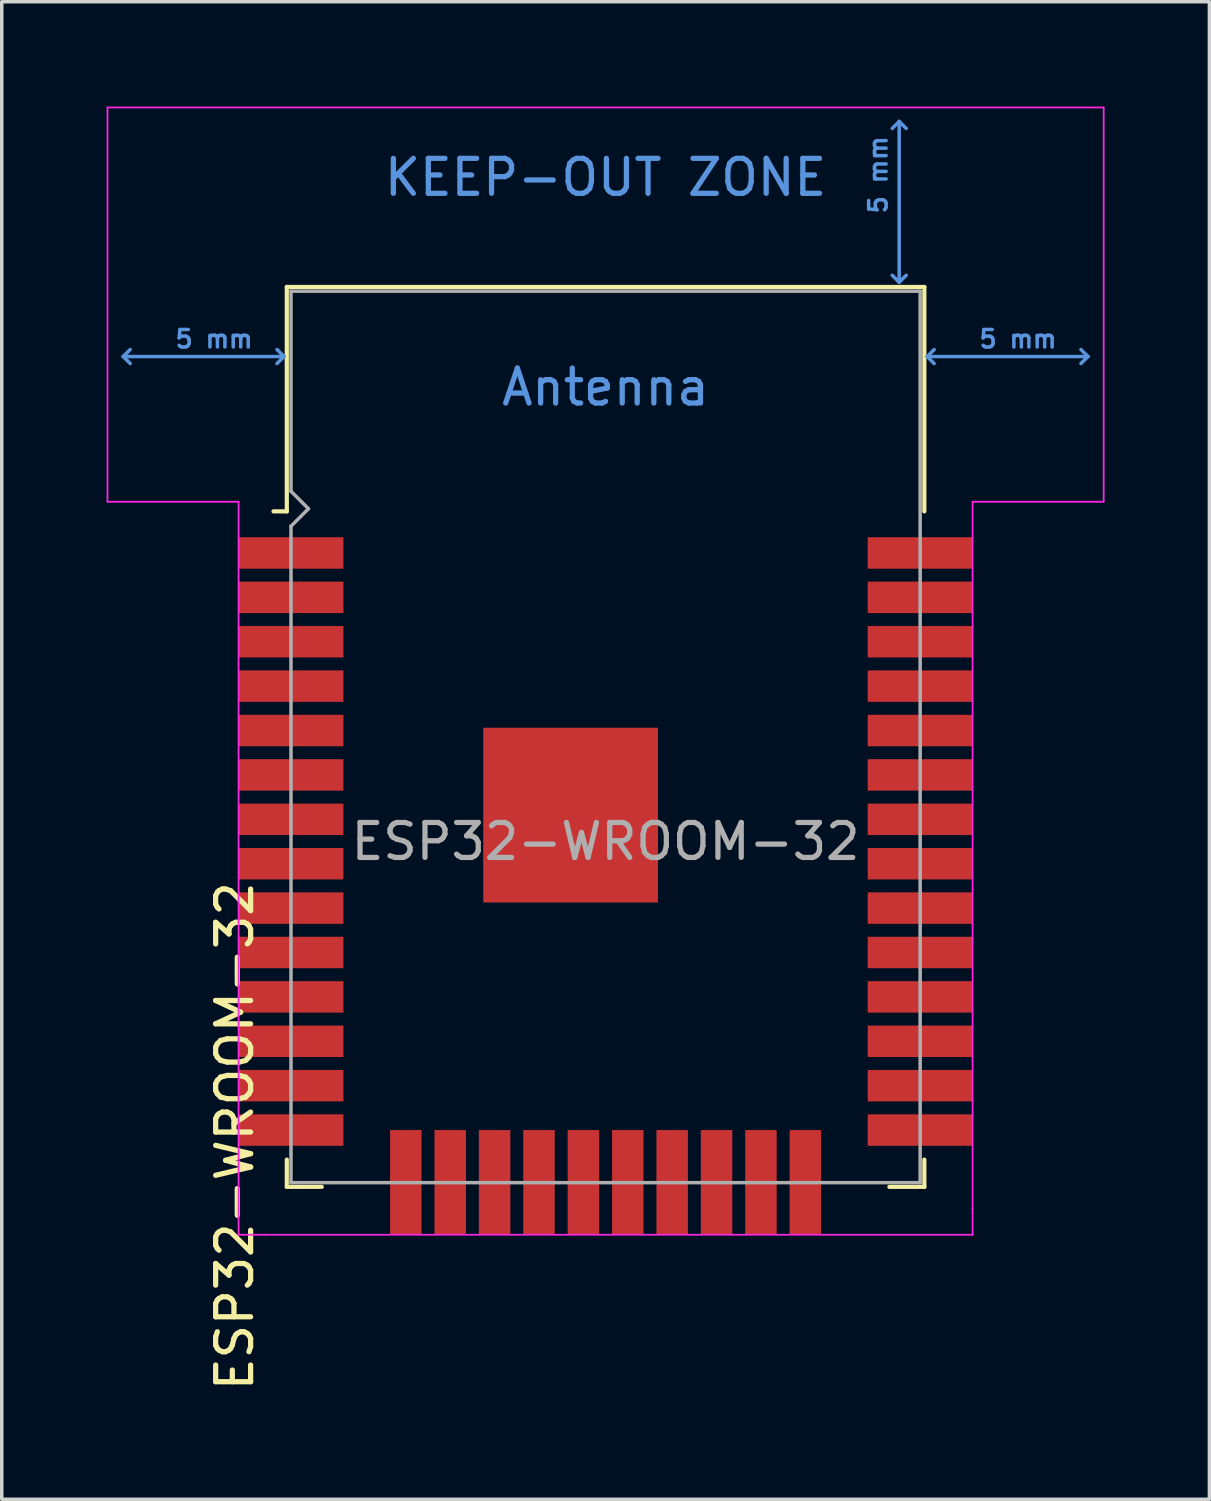
<source format=kicad_pcb>
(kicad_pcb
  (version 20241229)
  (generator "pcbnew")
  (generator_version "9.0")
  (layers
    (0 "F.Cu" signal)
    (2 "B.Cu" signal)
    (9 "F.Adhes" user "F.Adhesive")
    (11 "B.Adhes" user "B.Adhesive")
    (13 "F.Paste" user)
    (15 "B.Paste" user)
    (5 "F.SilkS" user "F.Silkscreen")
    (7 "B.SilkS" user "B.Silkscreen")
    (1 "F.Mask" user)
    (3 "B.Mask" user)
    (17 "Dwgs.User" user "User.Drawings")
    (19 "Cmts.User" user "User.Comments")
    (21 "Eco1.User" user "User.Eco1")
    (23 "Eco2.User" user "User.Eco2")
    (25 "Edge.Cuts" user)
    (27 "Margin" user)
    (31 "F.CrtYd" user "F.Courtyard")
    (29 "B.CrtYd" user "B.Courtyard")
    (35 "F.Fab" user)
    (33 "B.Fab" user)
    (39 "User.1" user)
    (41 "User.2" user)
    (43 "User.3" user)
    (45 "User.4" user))
  (footprint "ESP32-WROOM-32"
    (layer "F.Cu")
    (at 14.275 21.025)
    (property "Reference" "ESP32-WROOM-32" (at -10.61 8.43 90) (layer "F.SilkS") (effects (font (size 1 1) (thickness 0.15))))
    (attr smd)
    (fp_line (start -9.12 -15.865) (end -9.12 -9.445) (stroke (width 0.12) (type solid)) (layer "F.SilkS"))
    (fp_line (start -9.12 -15.865) (end 9.12 -15.865) (stroke (width 0.12) (type solid)) (layer "F.SilkS"))
    (fp_line (start -9.12 -9.445) (end -9.5 -9.445) (stroke (width 0.12) (type solid)) (layer "F.SilkS"))
    (fp_line (start -9.12 9.1) (end -9.12 9.88) (stroke (width 0.12) (type solid)) (layer "F.SilkS"))
    (fp_line (start -9.12 9.88) (end -8.12 9.88) (stroke (width 0.12) (type solid)) (layer "F.SilkS"))
    (fp_line (start 9.12 -15.865) (end 9.12 -9.445) (stroke (width 0.12) (type solid)) (layer "F.SilkS"))
    (fp_line (start 9.12 9.1) (end 9.12 9.88) (stroke (width 0.12) (type solid)) (layer "F.SilkS"))
    (fp_line (start 9.12 9.88) (end 8.12 9.88) (stroke (width 0.12) (type solid)) (layer "F.SilkS"))
    (fp_line (start -13.8 -13.875) (end -13.6 -14.075) (stroke (width 0.1) (type solid)) (layer "Cmts.User"))
    (fp_line (start -13.8 -13.875) (end -13.6 -13.675) (stroke (width 0.1) (type solid)) (layer "Cmts.User"))
    (fp_line (start -13.8 -13.875) (end -9.2 -13.875) (stroke (width 0.1) (type solid)) (layer "Cmts.User"))
    (fp_line (start -9.2 -13.875) (end -9.4 -14.075) (stroke (width 0.1) (type solid)) (layer "Cmts.User"))
    (fp_line (start -9.2 -13.875) (end -9.4 -13.675) (stroke (width 0.1) (type solid)) (layer "Cmts.User"))
    (fp_line (start 8.4 -20.6) (end 8.2 -20.4) (stroke (width 0.1) (type solid)) (layer "Cmts.User"))
    (fp_line (start 8.4 -20.6) (end 8.6 -20.4) (stroke (width 0.1) (type solid)) (layer "Cmts.User"))
    (fp_line (start 8.4 -16) (end 8.2 -16.2) (stroke (width 0.1) (type solid)) (layer "Cmts.User"))
    (fp_line (start 8.4 -16) (end 8.4 -20.6) (stroke (width 0.1) (type solid)) (layer "Cmts.User"))
    (fp_line (start 8.4 -16) (end 8.6 -16.2) (stroke (width 0.1) (type solid)) (layer "Cmts.User"))
    (fp_line (start 9.2 -13.875) (end 9.4 -14.075) (stroke (width 0.1) (type solid)) (layer "Cmts.User"))
    (fp_line (start 9.2 -13.875) (end 9.4 -13.675) (stroke (width 0.1) (type solid)) (layer "Cmts.User"))
    (fp_line (start 9.2 -13.875) (end 13.8 -13.875) (stroke (width 0.1) (type solid)) (layer "Cmts.User"))
    (fp_line (start 13.8 -13.875) (end 13.6 -14.075) (stroke (width 0.1) (type solid)) (layer "Cmts.User"))
    (fp_line (start 13.8 -13.875) (end 13.6 -13.675) (stroke (width 0.1) (type solid)) (layer "Cmts.User"))
    (fp_line (start -14.25 -21) (end -14.25 -9.72) (stroke (width 0.05) (type solid)) (layer "F.CrtYd"))
    (fp_line (start -14.25 -21) (end 14.25 -21) (stroke (width 0.05) (type solid)) (layer "F.CrtYd"))
    (fp_line (start -14.25 -9.72) (end -10.5 -9.72) (stroke (width 0.05) (type solid)) (layer "F.CrtYd"))
    (fp_line (start -10.5 10.5) (end -10.5 -9.72) (stroke (width 0.05) (type solid)) (layer "F.CrtYd"))
    (fp_line (start -10.5 10.5) (end -10.5 11.25) (stroke (width 0.05) (type solid)) (layer "F.CrtYd"))
    (fp_line (start -10.5 11.25) (end -9.75 11.25) (stroke (width 0.05) (type solid)) (layer "F.CrtYd"))
    (fp_line (start -9.75 11.25) (end 10.5 11.25) (stroke (width 0.05) (type solid)) (layer "F.CrtYd"))
    (fp_line (start 10.5 -9.72) (end 10.5 10.5) (stroke (width 0.05) (type solid)) (layer "F.CrtYd"))
    (fp_line (start 10.5 -9.72) (end 14.25 -9.72) (stroke (width 0.05) (type solid)) (layer "F.CrtYd"))
    (fp_line (start 10.5 11.25) (end 10.5 10.5) (stroke (width 0.05) (type solid)) (layer "F.CrtYd"))
    (fp_line (start 14.25 -21) (end 14.25 -9.72) (stroke (width 0.05) (type solid)) (layer "F.CrtYd"))
    (fp_line (start -9 -15.745) (end -9 -10.02) (stroke (width 0.1) (type solid)) (layer "F.Fab"))
    (fp_line (start -9 -15.745) (end 9 -15.745) (stroke (width 0.1) (type solid)) (layer "F.Fab"))
    (fp_line (start -9 -9.02) (end -9 9.76) (stroke (width 0.1) (type solid)) (layer "F.Fab"))
    (fp_line (start -9 -9.02) (end -8.5 -9.52) (stroke (width 0.1) (type solid)) (layer "F.Fab"))
    (fp_line (start -9 9.76) (end 9 9.76) (stroke (width 0.1) (type solid)) (layer "F.Fab"))
    (fp_line (start -8.5 -9.52) (end -9 -10.02) (stroke (width 0.1) (type solid)) (layer "F.Fab"))
    (fp_line (start 9 9.76) (end 9 -15.745) (stroke (width 0.1) (type solid)) (layer "F.Fab"))
    (fp_text user "5 mm" (at -11.2 -14.375 0) (layer "Cmts.User") (effects (font (size 0.5 0.5) (thickness 0.1))))
    (fp_text user "Antenna" (at 0 -13 0) (layer "Cmts.User") (effects (font (size 1 1) (thickness 0.15))))
    (fp_text user "5 mm" (at 11.8 -14.375 0) (layer "Cmts.User") (effects (font (size 0.5 0.5) (thickness 0.1))))
    (fp_text user "5 mm" (at 7.8 -19.075 90) (layer "Cmts.User") (effects (font (size 0.5 0.5) (thickness 0.1))))
    (fp_text user "KEEP-OUT ZONE" (at 0 -19 0) (layer "Cmts.User") (effects (font (size 1 1) (thickness 0.15))))
    (fp_text user "${REFERENCE}" (at 0 0 0) (layer "F.Fab") (effects (font (size 1 1) (thickness 0.15))))
    (pad "1" smd rect (at -9 -8.255) (size 3 0.9) (layers "F.Cu" "F.Mask" "F.Paste"))
    (pad "2" smd rect (at -9 -6.985) (size 3 0.9) (layers "F.Cu" "F.Mask" "F.Paste"))
    (pad "3" smd rect (at -9 -5.715) (size 3 0.9) (layers "F.Cu" "F.Mask" "F.Paste"))
    (pad "4" smd rect (at -9 -4.445) (size 3 0.9) (layers "F.Cu" "F.Mask" "F.Paste"))
    (pad "5" smd rect (at -9 -3.175) (size 3 0.9) (layers "F.Cu" "F.Mask" "F.Paste"))
    (pad "6" smd rect (at -9 -1.905) (size 3 0.9) (layers "F.Cu" "F.Mask" "F.Paste"))
    (pad "7" smd rect (at -9 -0.635) (size 3 0.9) (layers "F.Cu" "F.Mask" "F.Paste"))
    (pad "8" smd rect (at -9 0.635) (size 3 0.9) (layers "F.Cu" "F.Mask" "F.Paste"))
    (pad "9" smd rect (at -9 1.905) (size 3 0.9) (layers "F.Cu" "F.Mask" "F.Paste"))
    (pad "10" smd rect (at -9 3.175) (size 3 0.9) (layers "F.Cu" "F.Mask" "F.Paste"))
    (pad "11" smd rect (at -9 4.445) (size 3 0.9) (layers "F.Cu" "F.Mask" "F.Paste"))
    (pad "12" smd rect (at -9 5.715) (size 3 0.9) (layers "F.Cu" "F.Mask" "F.Paste"))
    (pad "13" smd rect (at -9 6.985) (size 3 0.9) (layers "F.Cu" "F.Mask" "F.Paste"))
    (pad "14" smd rect (at -9 8.255) (size 3 0.9) (layers "F.Cu" "F.Mask" "F.Paste"))
    (pad "15" smd rect (at -5.715 9.755 90) (size 3 0.9) (layers "F.Cu" "F.Mask" "F.Paste"))
    (pad "16" smd rect (at -4.445 9.755 90) (size 3 0.9) (layers "F.Cu" "F.Mask" "F.Paste"))
    (pad "17" smd rect (at -3.175 9.755 90) (size 3 0.9) (layers "F.Cu" "F.Mask" "F.Paste"))
    (pad "18" smd rect (at -1.905 9.755 90) (size 3 0.9) (layers "F.Cu" "F.Mask" "F.Paste"))
    (pad "19" smd rect (at -0.635 9.755 90) (size 3 0.9) (layers "F.Cu" "F.Mask" "F.Paste"))
    (pad "20" smd rect (at 0.635 9.755 90) (size 3 0.9) (layers "F.Cu" "F.Mask" "F.Paste"))
    (pad "21" smd rect (at 1.905 9.755 90) (size 3 0.9) (layers "F.Cu" "F.Mask" "F.Paste"))
    (pad "22" smd rect (at 3.175 9.755 90) (size 3 0.9) (layers "F.Cu" "F.Mask" "F.Paste"))
    (pad "23" smd rect (at 4.445 9.755 90) (size 3 0.9) (layers "F.Cu" "F.Mask" "F.Paste"))
    (pad "24" smd rect (at 5.715 9.755 90) (size 3 0.9) (layers "F.Cu" "F.Mask" "F.Paste"))
    (pad "25" smd rect (at 9 8.255) (size 3 0.9) (layers "F.Cu" "F.Mask" "F.Paste"))
    (pad "26" smd rect (at 9 6.985) (size 3 0.9) (layers "F.Cu" "F.Mask" "F.Paste"))
    (pad "27" smd rect (at 9 5.715) (size 3 0.9) (layers "F.Cu" "F.Mask" "F.Paste"))
    (pad "28" smd rect (at 9 4.445) (size 3 0.9) (layers "F.Cu" "F.Mask" "F.Paste"))
    (pad "29" smd rect (at 9 3.175) (size 3 0.9) (layers "F.Cu" "F.Mask" "F.Paste"))
    (pad "30" smd rect (at 9 1.905) (size 3 0.9) (layers "F.Cu" "F.Mask" "F.Paste"))
    (pad "31" smd rect (at 9 0.635) (size 3 0.9) (layers "F.Cu" "F.Mask" "F.Paste"))
    (pad "32" smd rect (at 9 -0.635) (size 3 0.9) (layers "F.Cu" "F.Mask" "F.Paste"))
    (pad "33" smd rect (at 9 -1.905) (size 3 0.9) (layers "F.Cu" "F.Mask" "F.Paste"))
    (pad "34" smd rect (at 9 -3.175) (size 3 0.9) (layers "F.Cu" "F.Mask" "F.Paste"))
    (pad "35" smd rect (at 9 -4.445) (size 3 0.9) (layers "F.Cu" "F.Mask" "F.Paste"))
    (pad "36" smd rect (at 9 -5.715) (size 3 0.9) (layers "F.Cu" "F.Mask" "F.Paste"))
    (pad "37" smd rect (at 9 -6.985) (size 3 0.9) (layers "F.Cu" "F.Mask" "F.Paste"))
    (pad "38" smd rect (at 9 -8.255) (size 3 0.9) (layers "F.Cu" "F.Mask" "F.Paste"))
    (pad "39" smd rect (at -1 -0.755) (size 5 5) (layers "F.Cu" "F.Mask" "F.Paste"))
    (zone (net_name "") (layers "F.Cu" "B.Cu") (hatch full 0.508) (connect_pads) (min_thickness 0.254) (filled_areas_thickness no) (keepout (tracks not_allowed) (vias not_allowed) (pads not_allowed) (copperpour not_allowed) (footprints not_allowed)) (placement (enabled no)) (fill) (polygon (pts (xy 0.275 11.055) (xy 28.275 11.055) (xy 28.275 0.275) (xy 0.275 0.275)))))
  (gr_rect
    (start -3 -3)
    (end 31.55 39.842)
    (stroke (width 0.1) (type default))
    (fill no)
    (layer "Edge.Cuts")))
</source>
